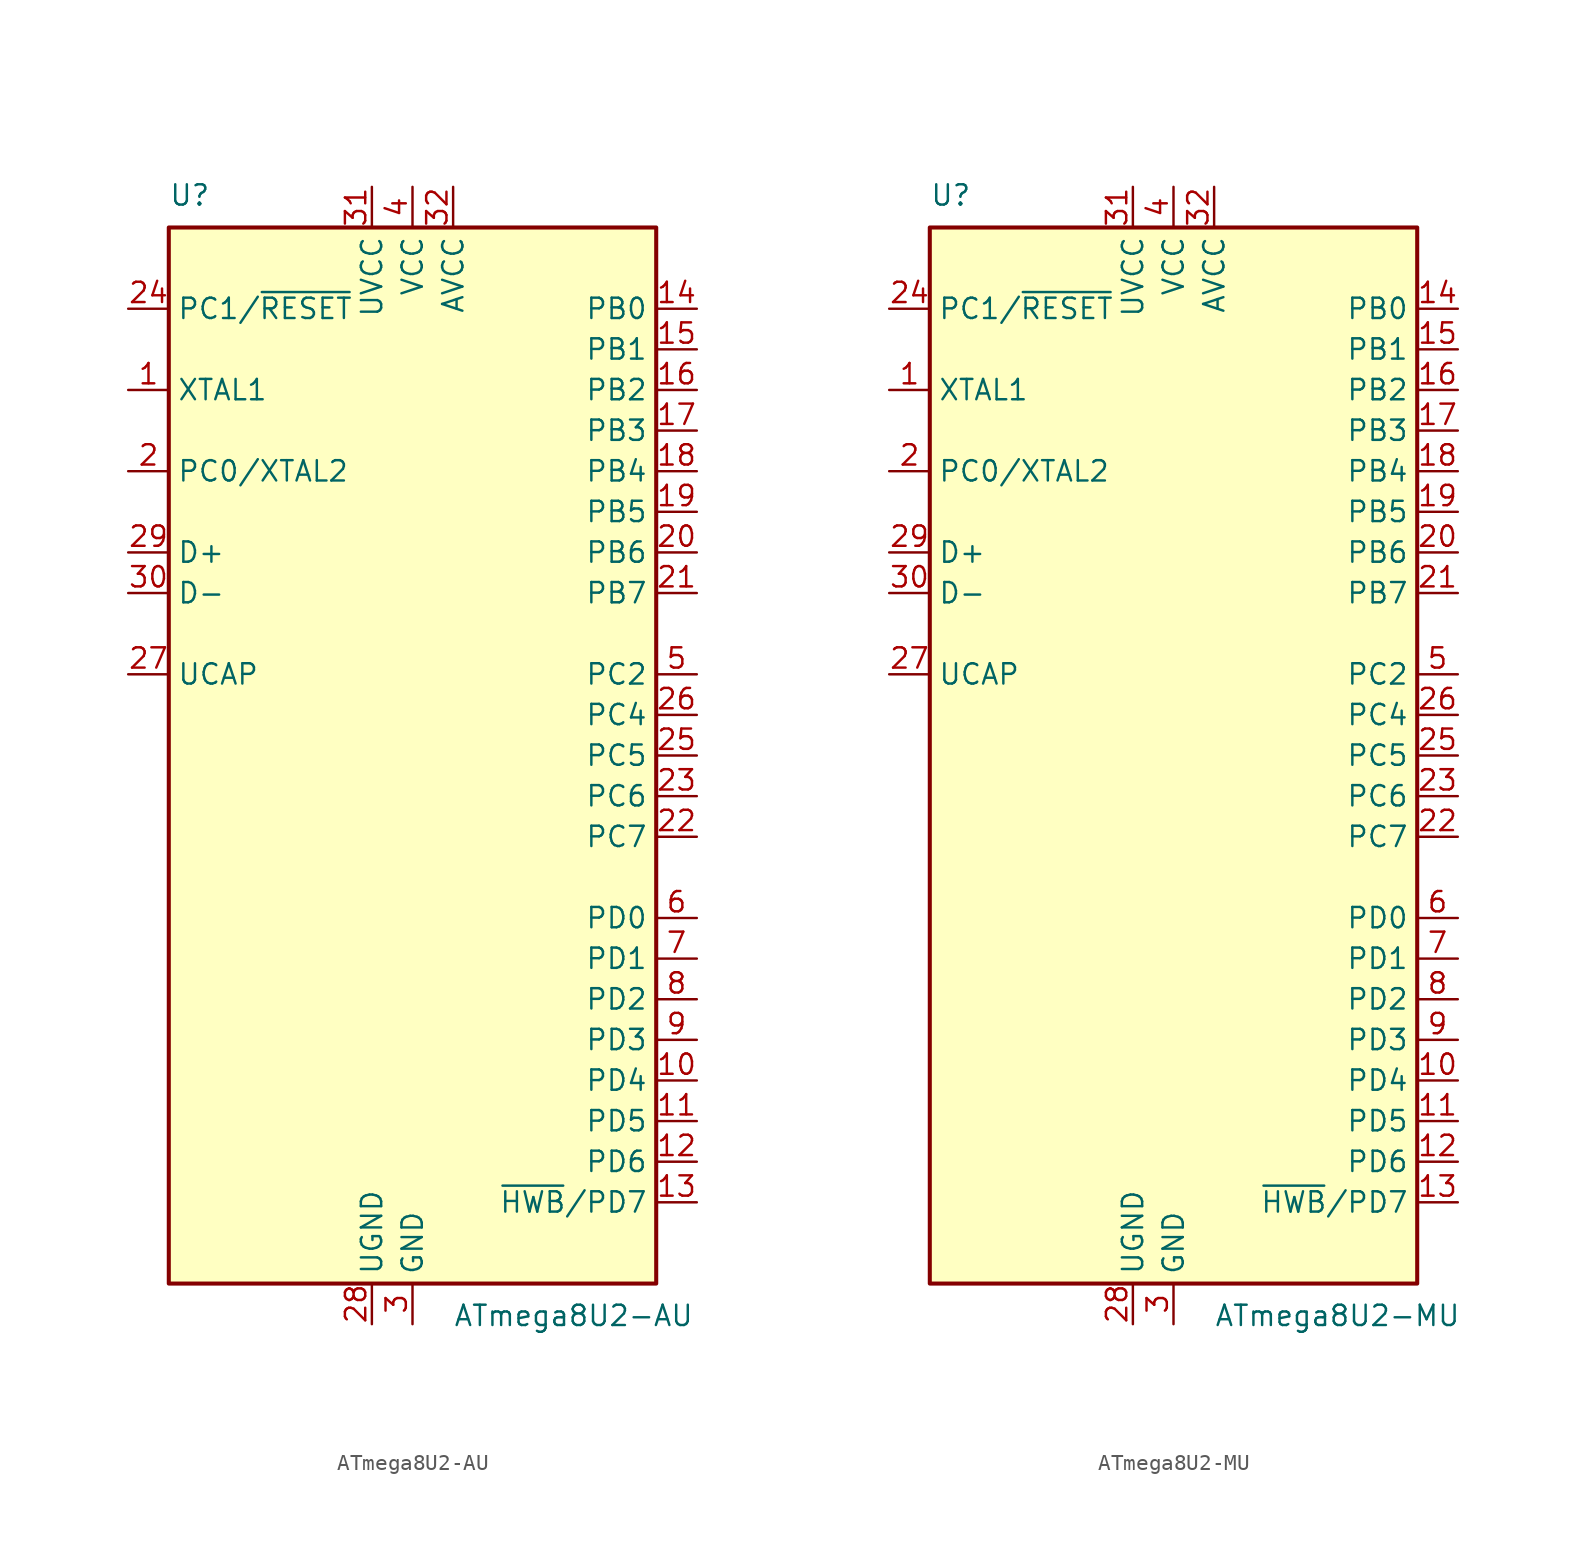
<source format=kicad_sym>
(kicad_symbol_lib
  (version 20201005)
  (generator kicad_symbol_editor)
  (symbol "ATmega8U2-AU"
    (property "Reference" "U"
      (at -15.24 34.29 0)
      (effects (font (size 1.27 1.27)) (justify left bottom)))
    (property "Value" "ATmega8U2-AU"
      (at 2.54 -34.29 0)
      (effects (font (size 1.27 1.27)) (justify left top)))
    (symbol "ATmega8U2-AU_0_1"
      (rectangle (start -15.24 -33.02) (end 15.24 33.02) (stroke (width 0.254)) (fill (type background))))
    (symbol "ATmega8U2-AU_1_1"
      (pin input line (at -17.78 22.86 0) (length 2.54) (name "XTAL1" (effects (font (size 1.27 1.27)))) (number "1" (effects (font (size 1.27 1.27)))))
      (pin tri_state line (at 17.78 -20.32 180) (length 2.54) (name "PD4" (effects (font (size 1.27 1.27)))) (number "10" (effects (font (size 1.27 1.27)))))
      (pin tri_state line (at 17.78 -22.86 180) (length 2.54) (name "PD5" (effects (font (size 1.27 1.27)))) (number "11" (effects (font (size 1.27 1.27)))))
      (pin tri_state line (at 17.78 -25.4 180) (length 2.54) (name "PD6" (effects (font (size 1.27 1.27)))) (number "12" (effects (font (size 1.27 1.27)))))
      (pin tri_state line (at 17.78 -27.94 180) (length 2.54) (name "~HWB~/PD7" (effects (font (size 1.27 1.27)))) (number "13" (effects (font (size 1.27 1.27)))))
      (pin tri_state line (at 17.78 27.94 180) (length 2.54) (name "PB0" (effects (font (size 1.27 1.27)))) (number "14" (effects (font (size 1.27 1.27)))))
      (pin tri_state line (at 17.78 25.4 180) (length 2.54) (name "PB1" (effects (font (size 1.27 1.27)))) (number "15" (effects (font (size 1.27 1.27)))))
      (pin tri_state line (at 17.78 22.86 180) (length 2.54) (name "PB2" (effects (font (size 1.27 1.27)))) (number "16" (effects (font (size 1.27 1.27)))))
      (pin tri_state line (at 17.78 20.32 180) (length 2.54) (name "PB3" (effects (font (size 1.27 1.27)))) (number "17" (effects (font (size 1.27 1.27)))))
      (pin tri_state line (at 17.78 17.78 180) (length 2.54) (name "PB4" (effects (font (size 1.27 1.27)))) (number "18" (effects (font (size 1.27 1.27)))))
      (pin tri_state line (at 17.78 15.24 180) (length 2.54) (name "PB5" (effects (font (size 1.27 1.27)))) (number "19" (effects (font (size 1.27 1.27)))))
      (pin tri_state line (at -17.78 17.78 0) (length 2.54) (name "PC0/XTAL2" (effects (font (size 1.27 1.27)))) (number "2" (effects (font (size 1.27 1.27)))))
      (pin tri_state line (at 17.78 12.7 180) (length 2.54) (name "PB6" (effects (font (size 1.27 1.27)))) (number "20" (effects (font (size 1.27 1.27)))))
      (pin tri_state line (at 17.78 10.16 180) (length 2.54) (name "PB7" (effects (font (size 1.27 1.27)))) (number "21" (effects (font (size 1.27 1.27)))))
      (pin tri_state line (at 17.78 -5.08 180) (length 2.54) (name "PC7" (effects (font (size 1.27 1.27)))) (number "22" (effects (font (size 1.27 1.27)))))
      (pin tri_state line (at 17.78 -2.54 180) (length 2.54) (name "PC6" (effects (font (size 1.27 1.27)))) (number "23" (effects (font (size 1.27 1.27)))))
      (pin tri_state line (at -17.78 27.94 0) (length 2.54) (name "PC1/~RESET" (effects (font (size 1.27 1.27)))) (number "24" (effects (font (size 1.27 1.27)))))
      (pin tri_state line (at 17.78 0 180) (length 2.54) (name "PC5" (effects (font (size 1.27 1.27)))) (number "25" (effects (font (size 1.27 1.27)))))
      (pin tri_state line (at 17.78 2.54 180) (length 2.54) (name "PC4" (effects (font (size 1.27 1.27)))) (number "26" (effects (font (size 1.27 1.27)))))
      (pin passive line (at -17.78 5.08 0) (length 2.54) (name "UCAP" (effects (font (size 1.27 1.27)))) (number "27" (effects (font (size 1.27 1.27)))))
      (pin power_in line (at -2.54 -35.56 90) (length 2.54) (name "UGND" (effects (font (size 1.27 1.27)))) (number "28" (effects (font (size 1.27 1.27)))))
      (pin bidirectional line (at -17.78 12.7 0) (length 2.54) (name "D+" (effects (font (size 1.27 1.27)))) (number "29" (effects (font (size 1.27 1.27)))))
      (pin power_in line (at 0 -35.56 90) (length 2.54) (name "GND" (effects (font (size 1.27 1.27)))) (number "3" (effects (font (size 1.27 1.27)))))
      (pin bidirectional line (at -17.78 10.16 0) (length 2.54) (name "D-" (effects (font (size 1.27 1.27)))) (number "30" (effects (font (size 1.27 1.27)))))
      (pin power_in line (at -2.54 35.56 270) (length 2.54) (name "UVCC" (effects (font (size 1.27 1.27)))) (number "31" (effects (font (size 1.27 1.27)))))
      (pin power_in line (at 2.54 35.56 270) (length 2.54) (name "AVCC" (effects (font (size 1.27 1.27)))) (number "32" (effects (font (size 1.27 1.27)))))
      (pin power_in line (at 0 35.56 270) (length 2.54) (name "VCC" (effects (font (size 1.27 1.27)))) (number "4" (effects (font (size 1.27 1.27)))))
      (pin tri_state line (at 17.78 5.08 180) (length 2.54) (name "PC2" (effects (font (size 1.27 1.27)))) (number "5" (effects (font (size 1.27 1.27)))))
      (pin tri_state line (at 17.78 -10.16 180) (length 2.54) (name "PD0" (effects (font (size 1.27 1.27)))) (number "6" (effects (font (size 1.27 1.27)))))
      (pin tri_state line (at 17.78 -12.7 180) (length 2.54) (name "PD1" (effects (font (size 1.27 1.27)))) (number "7" (effects (font (size 1.27 1.27)))))
      (pin tri_state line (at 17.78 -15.24 180) (length 2.54) (name "PD2" (effects (font (size 1.27 1.27)))) (number "8" (effects (font (size 1.27 1.27)))))
      (pin tri_state line (at 17.78 -17.78 180) (length 2.54) (name "PD3" (effects (font (size 1.27 1.27)))) (number "9" (effects (font (size 1.27 1.27)))))))
  (symbol "ATmega8U2-MU"
    (property "Reference" "U"
      (at -15.24 34.29 0)
      (effects (font (size 1.27 1.27)) (justify left bottom)))
    (property "Value" "ATmega8U2-MU"
      (at 2.54 -34.29 0)
      (effects (font (size 1.27 1.27)) (justify left top)))
    (symbol "ATmega8U2-MU_0_1"
      (rectangle (start -15.24 -33.02) (end 15.24 33.02) (stroke (width 0.254)) (fill (type background))))
    (symbol "ATmega8U2-MU_1_1"
      (pin input line (at -17.78 22.86 0) (length 2.54) (name "XTAL1" (effects (font (size 1.27 1.27)))) (number "1" (effects (font (size 1.27 1.27)))))
      (pin tri_state line (at 17.78 -20.32 180) (length 2.54) (name "PD4" (effects (font (size 1.27 1.27)))) (number "10" (effects (font (size 1.27 1.27)))))
      (pin tri_state line (at 17.78 -22.86 180) (length 2.54) (name "PD5" (effects (font (size 1.27 1.27)))) (number "11" (effects (font (size 1.27 1.27)))))
      (pin tri_state line (at 17.78 -25.4 180) (length 2.54) (name "PD6" (effects (font (size 1.27 1.27)))) (number "12" (effects (font (size 1.27 1.27)))))
      (pin tri_state line (at 17.78 -27.94 180) (length 2.54) (name "~HWB~/PD7" (effects (font (size 1.27 1.27)))) (number "13" (effects (font (size 1.27 1.27)))))
      (pin tri_state line (at 17.78 27.94 180) (length 2.54) (name "PB0" (effects (font (size 1.27 1.27)))) (number "14" (effects (font (size 1.27 1.27)))))
      (pin tri_state line (at 17.78 25.4 180) (length 2.54) (name "PB1" (effects (font (size 1.27 1.27)))) (number "15" (effects (font (size 1.27 1.27)))))
      (pin tri_state line (at 17.78 22.86 180) (length 2.54) (name "PB2" (effects (font (size 1.27 1.27)))) (number "16" (effects (font (size 1.27 1.27)))))
      (pin tri_state line (at 17.78 20.32 180) (length 2.54) (name "PB3" (effects (font (size 1.27 1.27)))) (number "17" (effects (font (size 1.27 1.27)))))
      (pin tri_state line (at 17.78 17.78 180) (length 2.54) (name "PB4" (effects (font (size 1.27 1.27)))) (number "18" (effects (font (size 1.27 1.27)))))
      (pin tri_state line (at 17.78 15.24 180) (length 2.54) (name "PB5" (effects (font (size 1.27 1.27)))) (number "19" (effects (font (size 1.27 1.27)))))
      (pin tri_state line (at -17.78 17.78 0) (length 2.54) (name "PC0/XTAL2" (effects (font (size 1.27 1.27)))) (number "2" (effects (font (size 1.27 1.27)))))
      (pin tri_state line (at 17.78 12.7 180) (length 2.54) (name "PB6" (effects (font (size 1.27 1.27)))) (number "20" (effects (font (size 1.27 1.27)))))
      (pin tri_state line (at 17.78 10.16 180) (length 2.54) (name "PB7" (effects (font (size 1.27 1.27)))) (number "21" (effects (font (size 1.27 1.27)))))
      (pin tri_state line (at 17.78 -5.08 180) (length 2.54) (name "PC7" (effects (font (size 1.27 1.27)))) (number "22" (effects (font (size 1.27 1.27)))))
      (pin tri_state line (at 17.78 -2.54 180) (length 2.54) (name "PC6" (effects (font (size 1.27 1.27)))) (number "23" (effects (font (size 1.27 1.27)))))
      (pin tri_state line (at -17.78 27.94 0) (length 2.54) (name "PC1/~RESET" (effects (font (size 1.27 1.27)))) (number "24" (effects (font (size 1.27 1.27)))))
      (pin tri_state line (at 17.78 0 180) (length 2.54) (name "PC5" (effects (font (size 1.27 1.27)))) (number "25" (effects (font (size 1.27 1.27)))))
      (pin tri_state line (at 17.78 2.54 180) (length 2.54) (name "PC4" (effects (font (size 1.27 1.27)))) (number "26" (effects (font (size 1.27 1.27)))))
      (pin passive line (at -17.78 5.08 0) (length 2.54) (name "UCAP" (effects (font (size 1.27 1.27)))) (number "27" (effects (font (size 1.27 1.27)))))
      (pin power_in line (at -2.54 -35.56 90) (length 2.54) (name "UGND" (effects (font (size 1.27 1.27)))) (number "28" (effects (font (size 1.27 1.27)))))
      (pin bidirectional line (at -17.78 12.7 0) (length 2.54) (name "D+" (effects (font (size 1.27 1.27)))) (number "29" (effects (font (size 1.27 1.27)))))
      (pin power_in line (at 0 -35.56 90) (length 2.54) (name "GND" (effects (font (size 1.27 1.27)))) (number "3" (effects (font (size 1.27 1.27)))))
      (pin bidirectional line (at -17.78 10.16 0) (length 2.54) (name "D-" (effects (font (size 1.27 1.27)))) (number "30" (effects (font (size 1.27 1.27)))))
      (pin power_in line (at -2.54 35.56 270) (length 2.54) (name "UVCC" (effects (font (size 1.27 1.27)))) (number "31" (effects (font (size 1.27 1.27)))))
      (pin power_in line (at 2.54 35.56 270) (length 2.54) (name "AVCC" (effects (font (size 1.27 1.27)))) (number "32" (effects (font (size 1.27 1.27)))))
      (pin passive line (at 0 -35.56 90) (length 2.54) hide (name "GND" (effects (font (size 1.27 1.27)))) (number "33" (effects (font (size 1.27 1.27)))))
      (pin power_in line (at 0 35.56 270) (length 2.54) (name "VCC" (effects (font (size 1.27 1.27)))) (number "4" (effects (font (size 1.27 1.27)))))
      (pin tri_state line (at 17.78 5.08 180) (length 2.54) (name "PC2" (effects (font (size 1.27 1.27)))) (number "5" (effects (font (size 1.27 1.27)))))
      (pin tri_state line (at 17.78 -10.16 180) (length 2.54) (name "PD0" (effects (font (size 1.27 1.27)))) (number "6" (effects (font (size 1.27 1.27)))))
      (pin tri_state line (at 17.78 -12.7 180) (length 2.54) (name "PD1" (effects (font (size 1.27 1.27)))) (number "7" (effects (font (size 1.27 1.27)))))
      (pin tri_state line (at 17.78 -15.24 180) (length 2.54) (name "PD2" (effects (font (size 1.27 1.27)))) (number "8" (effects (font (size 1.27 1.27)))))
      (pin tri_state line (at 17.78 -17.78 180) (length 2.54) (name "PD3" (effects (font (size 1.27 1.27)))) (number "9" (effects (font (size 1.27 1.27))))))))
</source>
